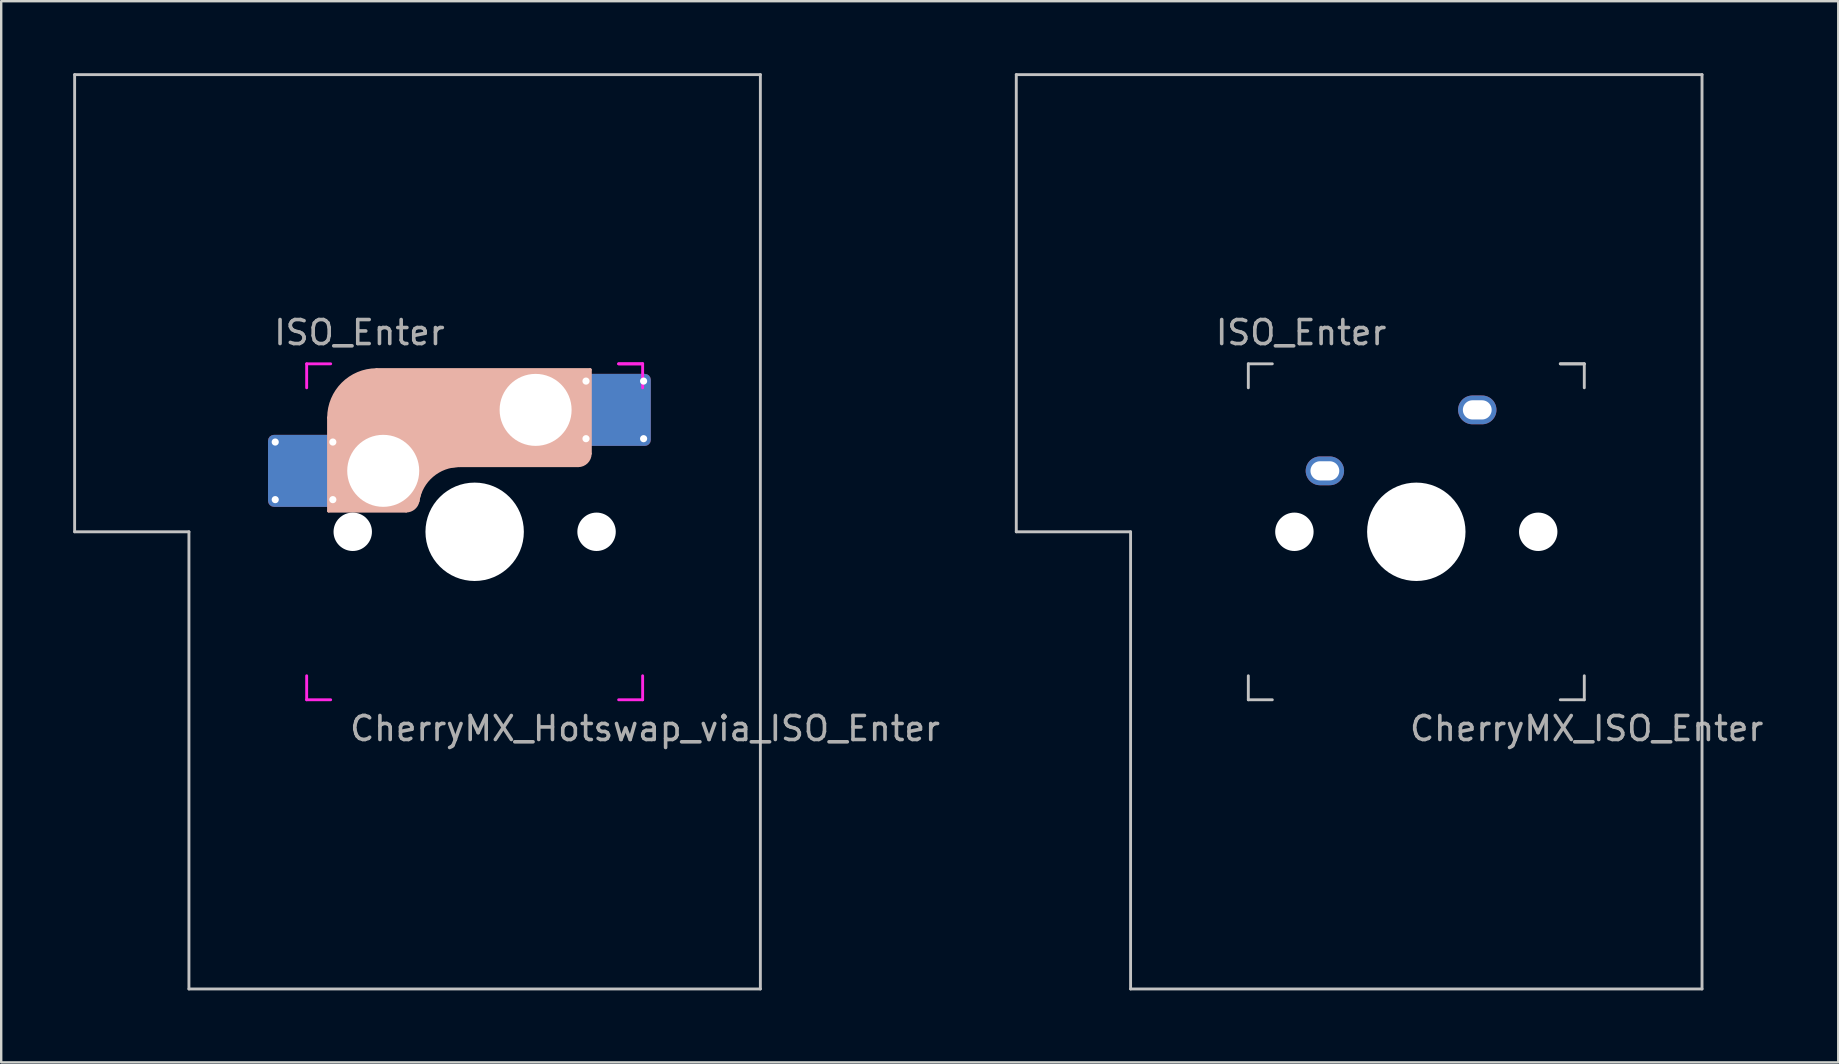
<source format=kicad_pcb>
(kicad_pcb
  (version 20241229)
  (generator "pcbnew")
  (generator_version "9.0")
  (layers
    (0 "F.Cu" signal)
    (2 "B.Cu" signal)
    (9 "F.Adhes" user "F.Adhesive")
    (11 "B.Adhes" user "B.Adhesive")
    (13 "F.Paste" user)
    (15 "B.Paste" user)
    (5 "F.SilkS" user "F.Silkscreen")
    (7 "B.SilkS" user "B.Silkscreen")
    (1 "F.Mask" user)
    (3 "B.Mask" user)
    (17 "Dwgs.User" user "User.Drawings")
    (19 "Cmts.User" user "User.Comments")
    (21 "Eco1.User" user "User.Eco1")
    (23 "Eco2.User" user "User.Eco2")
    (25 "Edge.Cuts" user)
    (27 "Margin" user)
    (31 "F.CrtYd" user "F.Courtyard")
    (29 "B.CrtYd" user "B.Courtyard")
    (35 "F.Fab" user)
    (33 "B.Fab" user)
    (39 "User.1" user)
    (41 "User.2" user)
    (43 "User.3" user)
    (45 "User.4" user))
  (footprint "CherryMX_Hotswap_via_ISO_Enter"
    (layer "F.Cu")
    (at 16.729 19.11)
    (property "Reference" "CherryMX_Hotswap_via_ISO_Enter" (at 7.1 8.2 0) (layer "F.Fab") (effects (font (size 1 1) (thickness 0.15))))
    (attr through_hole)
    (fp_line (start -8.11 -1.74) (end -8.11 -3.34) (stroke (width 0.12) (type solid)) (layer "B.Mask"))
    (fp_line (start -7.91 -3.54) (end -6.31 -3.54) (stroke (width 0.12) (type solid)) (layer "B.Mask"))
    (fp_line (start -6.31 -1.54) (end -7.91 -1.54) (stroke (width 0.12) (type solid)) (layer "B.Mask"))
    (fp_line (start -6.11 -3.34) (end -6.11 -1.74) (stroke (width 0.12) (type solid)) (layer "B.Mask"))
    (fp_line (start 4.84 -5.88) (end 4.84 -4.28) (stroke (width 0.12) (type solid)) (layer "B.Mask"))
    (fp_line (start 5.04 -6.08) (end 6.64 -6.08) (stroke (width 0.12) (type solid)) (layer "B.Mask"))
    (fp_line (start 5.04 -4.08) (end 6.64 -4.08) (stroke (width 0.12) (type solid)) (layer "B.Mask"))
    (fp_line (start 6.84 -4.28) (end 6.84 -5.88) (stroke (width 0.12) (type solid)) (layer "B.Mask"))
    (fp_arc (start -8.11 -3.34) (mid -8.051421 -3.481421) (end -7.91 -3.54) (stroke (width 0.12) (type solid)) (layer "B.Mask"))
    (fp_arc (start -7.91 -1.54) (mid -8.051421 -1.598579) (end -8.11 -1.74) (stroke (width 0.12) (type solid)) (layer "B.Mask"))
    (fp_arc (start -6.31 -3.54) (mid -6.168579 -3.481421) (end -6.11 -3.34) (stroke (width 0.12) (type solid)) (layer "B.Mask"))
    (fp_arc (start -6.11 -1.74) (mid -6.168579 -1.598579) (end -6.31 -1.54) (stroke (width 0.12) (type solid)) (layer "B.Mask"))
    (fp_arc (start 4.84 -5.88) (mid 4.898579 -6.021421) (end 5.04 -6.08) (stroke (width 0.12) (type solid)) (layer "B.Mask"))
    (fp_arc (start 5.04 -4.08) (mid 4.898579 -4.138579) (end 4.84 -4.28) (stroke (width 0.12) (type solid)) (layer "B.Mask"))
    (fp_arc (start 6.64 -6.08) (mid 6.781421 -6.021421) (end 6.84 -5.88) (stroke (width 0.12) (type solid)) (layer "B.Mask"))
    (fp_arc (start 6.84 -4.28) (mid 6.781421 -4.138579) (end 6.64 -4.08) (stroke (width 0.12) (type solid)) (layer "B.Mask"))
    (fp_poly (pts (xy -6.11 -3.34) (xy -6.11 -1.74) (xy -6.31 -1.54) (xy -7.91 -1.54) (xy -8.11 -1.74) (xy -8.11 -3.34) (xy -7.91 -3.54) (xy -6.31 -3.54)) (stroke (width 0.1) (type solid)) (fill yes) (layer "B.Mask"))
    (fp_poly (pts (xy 6.84 -5.88) (xy 6.84 -4.28) (xy 6.64 -4.08) (xy 5.04 -4.08) (xy 4.84 -4.28) (xy 4.84 -5.88) (xy 5.04 -6.08) (xy 6.64 -6.08)) (stroke (width 0.1) (type solid)) (fill yes) (layer "B.Mask"))
    (fp_line (start -6.085 -0.865) (end -6.085 -4.755) (stroke (width 0.12) (type solid)) (layer "B.SilkS"))
    (fp_line (start -4.085 -6.755) (end 4.815 -6.755) (stroke (width 0.12) (type solid)) (layer "B.SilkS"))
    (fp_line (start -2.852 -0.865) (end -6.085 -0.865) (stroke (width 0.12) (type solid)) (layer "B.SilkS"))
    (fp_line (start -0.635 -2.755) (end 4.315 -2.755) (stroke (width 0.12) (type solid)) (layer "B.SilkS"))
    (fp_line (start 4.815 -6.755) (end 4.815 -3.255) (stroke (width 0.12) (type solid)) (layer "B.SilkS"))
    (fp_arc (start -6.085 -4.755) (mid -5.499214 -6.169214) (end -4.085 -6.755) (stroke (width 0.12) (type solid)) (layer "B.SilkS"))
    (fp_arc (start -2.360959 -1.278326) (mid -1.770727 -2.335454) (end -0.635 -2.755) (stroke (width 0.12) (type solid)) (layer "B.SilkS"))
    (fp_arc (start -2.36 -1.278176) (mid -2.53101 -0.981978) (end -2.852404 -0.865) (stroke (width 0.12) (type solid)) (layer "B.SilkS"))
    (fp_arc (start 4.815 -3.255) (mid 4.668553 -2.901447) (end 4.315 -2.755) (stroke (width 0.12) (type solid)) (layer "B.SilkS"))
    (fp_poly (pts (xy 4.815 -3.255) (xy 4.633 -2.937) (xy 4.315 -2.755) (xy -0.635 -2.755) (xy -1.259 -2.696) (xy -1.805 -2.376) (xy -2.207 -1.885) (xy -2.361 -1.278) (xy -2.563 -1.02) (xy -2.852 -0.865) (xy -6.085 -0.865) (xy -6.085 -4.755) (xy -5.887 -5.501) (xy -5.464 -6.134) (xy -4.831 -6.557) (xy -4.085 -6.755) (xy 4.815 -6.755)) (stroke (width 0.1) (type solid)) (fill yes) (layer "B.SilkS"))
    (fp_line (start -8.11 -1.74) (end -8.11 -3.34) (stroke (width 0.12) (type solid)) (layer "B.Paste"))
    (fp_line (start -7.91 -3.54) (end -6.31 -3.54) (stroke (width 0.12) (type solid)) (layer "B.Paste"))
    (fp_line (start -6.31 -1.54) (end -7.91 -1.54) (stroke (width 0.12) (type solid)) (layer "B.Paste"))
    (fp_line (start -6.11 -3.34) (end -6.11 -1.74) (stroke (width 0.12) (type solid)) (layer "B.Paste"))
    (fp_line (start 4.84 -5.88) (end 4.84 -4.28) (stroke (width 0.12) (type solid)) (layer "B.Paste"))
    (fp_line (start 5.04 -6.08) (end 6.64 -6.08) (stroke (width 0.12) (type solid)) (layer "B.Paste"))
    (fp_line (start 5.04 -4.08) (end 6.64 -4.08) (stroke (width 0.12) (type solid)) (layer "B.Paste"))
    (fp_line (start 6.84 -4.28) (end 6.84 -5.88) (stroke (width 0.12) (type solid)) (layer "B.Paste"))
    (fp_arc (start -8.11 -3.34) (mid -8.051421 -3.481421) (end -7.91 -3.54) (stroke (width 0.12) (type solid)) (layer "B.Paste"))
    (fp_arc (start -7.91 -1.54) (mid -8.051421 -1.598579) (end -8.11 -1.74) (stroke (width 0.12) (type solid)) (layer "B.Paste"))
    (fp_arc (start -6.31 -3.54) (mid -6.168579 -3.481421) (end -6.11 -3.34) (stroke (width 0.12) (type solid)) (layer "B.Paste"))
    (fp_arc (start -6.11 -1.74) (mid -6.168579 -1.598579) (end -6.31 -1.54) (stroke (width 0.12) (type solid)) (layer "B.Paste"))
    (fp_arc (start 4.84 -5.88) (mid 4.898579 -6.021421) (end 5.04 -6.08) (stroke (width 0.12) (type solid)) (layer "B.Paste"))
    (fp_arc (start 5.04 -4.08) (mid 4.898579 -4.138579) (end 4.84 -4.28) (stroke (width 0.12) (type solid)) (layer "B.Paste"))
    (fp_arc (start 6.64 -6.08) (mid 6.781421 -6.021421) (end 6.84 -5.88) (stroke (width 0.12) (type solid)) (layer "B.Paste"))
    (fp_arc (start 6.84 -4.28) (mid 6.781421 -4.138579) (end 6.64 -4.08) (stroke (width 0.12) (type solid)) (layer "B.Paste"))
    (fp_poly (pts (xy -6.11 -3.34) (xy -6.11 -1.74) (xy -6.31 -1.54) (xy -7.91 -1.54) (xy -8.11 -1.74) (xy -8.11 -3.34) (xy -7.91 -3.54) (xy -6.31 -3.54)) (stroke (width 0.1) (type solid)) (fill yes) (layer "B.Paste"))
    (fp_poly (pts (xy 6.84 -5.88) (xy 6.84 -4.28) (xy 6.64 -4.08) (xy 5.04 -4.08) (xy 4.84 -4.28) (xy 4.84 -5.88) (xy 5.04 -6.08) (xy 6.64 -6.08)) (stroke (width 0.1) (type solid)) (fill yes) (layer "B.Paste"))
    (fp_line (start -16.669 -19.05) (end 11.906 -19.05) (stroke (width 0.12) (type solid)) (layer "Dwgs.User"))
    (fp_line (start -16.669 0) (end -16.669 -19.05) (stroke (width 0.12) (type solid)) (layer "Dwgs.User"))
    (fp_line (start -11.906 0) (end -16.669 0) (stroke (width 0.12) (type solid)) (layer "Dwgs.User"))
    (fp_line (start -11.906 19.05) (end -11.906 0) (stroke (width 0.12) (type solid)) (layer "Dwgs.User"))
    (fp_line (start 11.906 -19.05) (end 11.906 19.05) (stroke (width 0.12) (type solid)) (layer "Dwgs.User"))
    (fp_line (start 11.906 19.05) (end -11.906 19.05) (stroke (width 0.12) (type solid)) (layer "Dwgs.User"))
    (fp_line (start -7 -7) (end -7 -6) (stroke (width 0.12) (type solid)) (layer "F.CrtYd"))
    (fp_line (start -7 -7) (end -6 -7) (stroke (width 0.12) (type solid)) (layer "F.CrtYd"))
    (fp_line (start -7 7) (end -7 6) (stroke (width 0.12) (type solid)) (layer "F.CrtYd"))
    (fp_line (start -7 7) (end -6 7) (stroke (width 0.12) (type solid)) (layer "F.CrtYd"))
    (fp_line (start 6 -7) (end 7 -7) (stroke (width 0.12) (type solid)) (layer "F.CrtYd"))
    (fp_line (start 7 -7) (end 6 -7) (stroke (width 0.12) (type solid)) (layer "F.CrtYd"))
    (fp_line (start 7 -7) (end 7 -6) (stroke (width 0.12) (type solid)) (layer "F.CrtYd"))
    (fp_line (start 7 7) (end 6 7) (stroke (width 0.12) (type solid)) (layer "F.CrtYd"))
    (fp_line (start 7 7) (end 7 6) (stroke (width 0.12) (type solid)) (layer "F.CrtYd"))
    (fp_text user "ISO_Enter" (at -4.8 -8.3 0) (layer "F.Fab") (effects (font (size 1 1) (thickness 0.15))))
    (pad "" np_thru_hole circle (at -5.08 0) (size 1.6 1.6) (drill 1.6) (layers "*.Cu" "*.Mask"))
    (pad "" np_thru_hole circle (at -3.81 -2.54) (size 3 3) (drill 3) (layers "*.Cu" "*.Mask"))
    (pad "" np_thru_hole circle (at 0 0) (size 4.1 4.1) (drill 4.1) (layers "*.Cu" "*.Mask"))
    (pad "" np_thru_hole circle (at 2.54 -5.08) (size 3 3) (drill 3) (layers "*.Cu" "*.Mask"))
    (pad "" np_thru_hole circle (at 5.08 0) (size 1.6 1.6) (drill 1.6) (layers "*.Cu" "*.Mask"))
    (pad "1" thru_hole circle (at -8.31 -3.74) (size 0.5 0.5) (drill 0.3) (layers "*.Cu"))
    (pad "1" thru_hole circle (at -8.31 -1.34) (size 0.5 0.5) (drill 0.3) (layers "*.Cu"))
    (pad "1" smd roundrect (at -7.11 -2.54) (size 3 3) (layers "F.Cu") (roundrect_rratio 0.083))
    (pad "1" smd roundrect (at -7.11 -2.54 180) (size 3 3) (layers "B.Cu") (roundrect_rratio 0.083))
    (pad "1" thru_hole circle (at -5.91 -3.74) (size 0.5 0.5) (drill 0.3) (layers "*.Cu"))
    (pad "1" thru_hole circle (at -5.91 -1.34) (size 0.5 0.5) (drill 0.3) (layers "*.Cu"))
    (pad "2" thru_hole circle (at 4.64 -6.28 180) (size 0.5 0.5) (drill 0.3) (layers "*.Cu"))
    (pad "2" thru_hole circle (at 4.64 -3.88 180) (size 0.5 0.5) (drill 0.3) (layers "*.Cu"))
    (pad "2" smd roundrect (at 5.84 -5.08 180) (size 3 3) (layers "F.Cu") (roundrect_rratio 0.083))
    (pad "2" smd roundrect (at 5.84 -5.08 180) (size 3 3) (layers "B.Cu") (roundrect_rratio 0.083))
    (pad "2" thru_hole circle (at 7.04 -6.28 180) (size 0.5 0.5) (drill 0.3) (layers "*.Cu"))
    (pad "2" thru_hole circle (at 7.04 -3.88 180) (size 0.5 0.5) (drill 0.3) (layers "*.Cu")))
  (footprint "CherryMX_ISO_Enter"
    (layer "F.Cu")
    (at 55.968 19.11)
    (property "Reference" "CherryMX_ISO_Enter" (at 7.1 8.2 0) (layer "F.Fab") (effects (font (size 1 1) (thickness 0.15))))
    (attr through_hole)
    (fp_line (start -16.669 -19.05) (end 11.906 -19.05) (stroke (width 0.12) (type solid)) (layer "Dwgs.User"))
    (fp_line (start -16.669 0) (end -16.669 -19.05) (stroke (width 0.12) (type solid)) (layer "Dwgs.User"))
    (fp_line (start -11.906 0) (end -16.669 0) (stroke (width 0.12) (type solid)) (layer "Dwgs.User"))
    (fp_line (start -11.906 19.05) (end -11.906 0) (stroke (width 0.12) (type solid)) (layer "Dwgs.User"))
    (fp_line (start -7 -7) (end -7 -6) (stroke (width 0.12) (type solid)) (layer "Dwgs.User"))
    (fp_line (start -7 -7) (end -6 -7) (stroke (width 0.12) (type solid)) (layer "Dwgs.User"))
    (fp_line (start -7 7) (end -7 6) (stroke (width 0.12) (type solid)) (layer "Dwgs.User"))
    (fp_line (start -7 7) (end -6 7) (stroke (width 0.12) (type solid)) (layer "Dwgs.User"))
    (fp_line (start 6 -7) (end 7 -7) (stroke (width 0.12) (type solid)) (layer "Dwgs.User"))
    (fp_line (start 7 -7) (end 6 -7) (stroke (width 0.12) (type solid)) (layer "Dwgs.User"))
    (fp_line (start 7 -7) (end 7 -6) (stroke (width 0.12) (type solid)) (layer "Dwgs.User"))
    (fp_line (start 7 7) (end 6 7) (stroke (width 0.12) (type solid)) (layer "Dwgs.User"))
    (fp_line (start 7 7) (end 7 6) (stroke (width 0.12) (type solid)) (layer "Dwgs.User"))
    (fp_line (start 11.906 -19.05) (end 11.906 19.05) (stroke (width 0.12) (type solid)) (layer "Dwgs.User"))
    (fp_line (start 11.906 19.05) (end -11.906 19.05) (stroke (width 0.12) (type solid)) (layer "Dwgs.User"))
    (fp_text user "ISO_Enter" (at -4.8 -8.3 0) (layer "F.Fab") (effects (font (size 1 1) (thickness 0.15))))
    (pad "" np_thru_hole circle (at -5.08 0) (size 1.6 1.6) (drill 1.6) (layers "*.Cu" "*.Mask"))
    (pad "" np_thru_hole circle (at 0 0) (size 4.1 4.1) (drill 4.1) (layers "*.Cu" "*.Mask"))
    (pad "" np_thru_hole circle (at 5.08 0) (size 1.6 1.6) (drill 1.6) (layers "*.Cu" "*.Mask"))
    (pad "1" thru_hole oval (at -3.81 -2.54) (size 1.6 1.2) (drill oval 1.2 0.8) (layers "*.Cu" "*.Mask"))
    (pad "2" thru_hole oval (at 2.54 -5.08) (size 1.6 1.2) (drill oval 1.2 0.8) (layers "*.Cu" "*.Mask")))
  (gr_rect
    (start -3 -3)
    (end 73.55 41.22)
    (stroke (width 0.1) (type default))
    (fill no)
    (layer "Edge.Cuts")))
</source>
